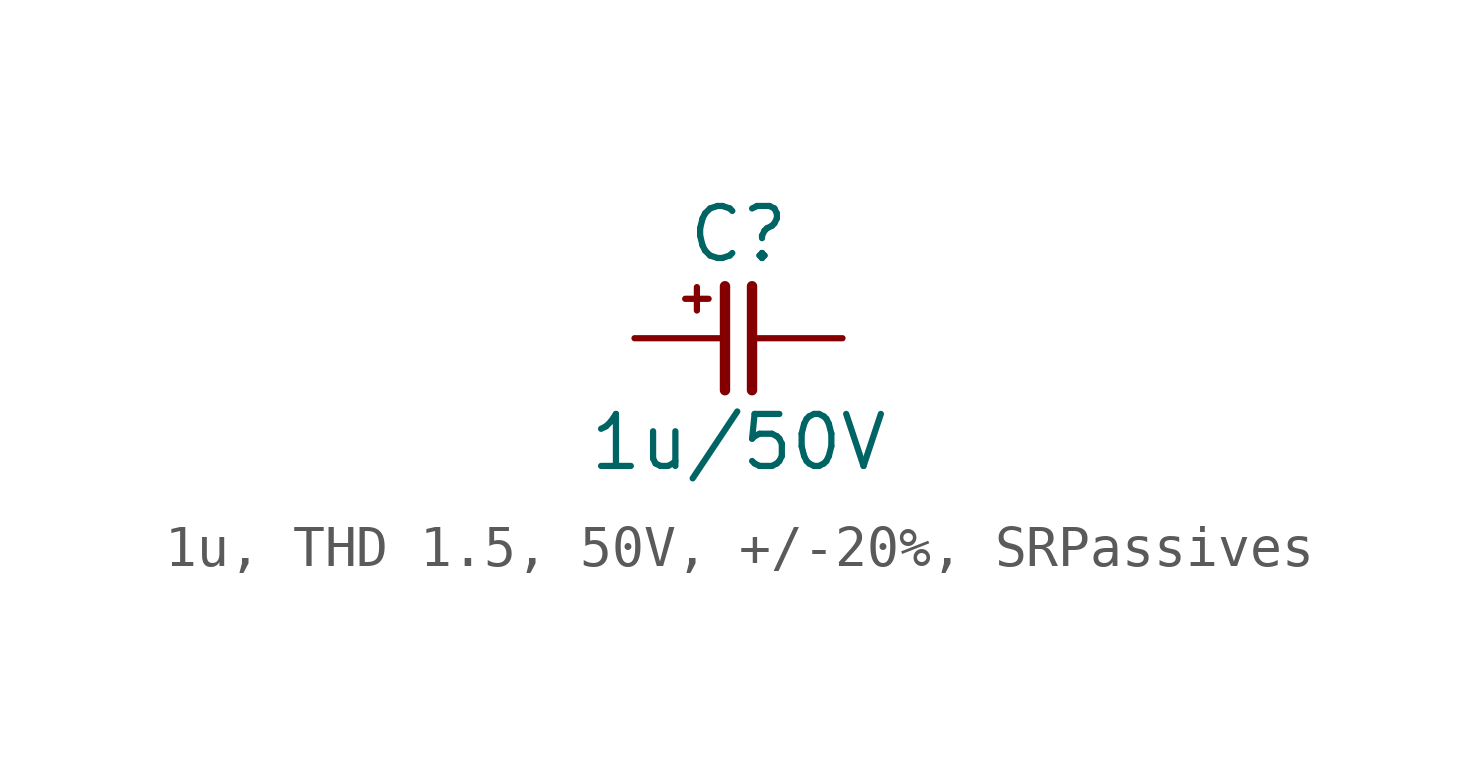
<source format=kicad_sym>
(kicad_symbol_lib
  (version 20241209)
  (generator "kicad_symbol_editor")
  (generator_version "9.0")
  (symbol "1u, THD 1.5, 50V, +/-20%, SRPassives"
    (pin_numbers
      (hide yes))
    (pin_names
      (offset 0)
      (hide yes))
    (property "Reference" "C"
      (at 0 2.54 0)
      (effects (font (size 1.27 1.27))))
    (property "Value" "1u/50V"
      (at 0 -2.54 0)
      (effects (font (size 1.27 1.27))))
    (symbol "1u, THD 1.5, 50V, +/-20%, SRPassives_0_0"
      (text "+" (at -1.016 1.016 0) (effects (font (size 0.75 0.75)))))
    (symbol "1u, THD 1.5, 50V, +/-20%, SRPassives_0_1"
      (polyline (pts (xy -0.33 1.27) (xy -0.33 -1.27)) (stroke (width 0.254) (type default)) (fill (type none)))
      (polyline (pts (xy 0.33 1.27) (xy 0.33 -1.27)) (stroke (width 0.254) (type default)) (fill (type none))))
    (symbol "1u, THD 1.5, 50V, +/-20%, SRPassives_1_1"
      (pin passive line (at -2.54 0 0) (length 2.21) (name "1" (effects (font (size 1.27 1.27)))) (number "1" (effects (font (size 1.27 1.27)))))
      (pin passive line (at 2.54 0 180) (length 2.21) (name "2" (effects (font (size 1.27 1.27)))) (number "2" (effects (font (size 1.27 1.27))))))))
</source>
